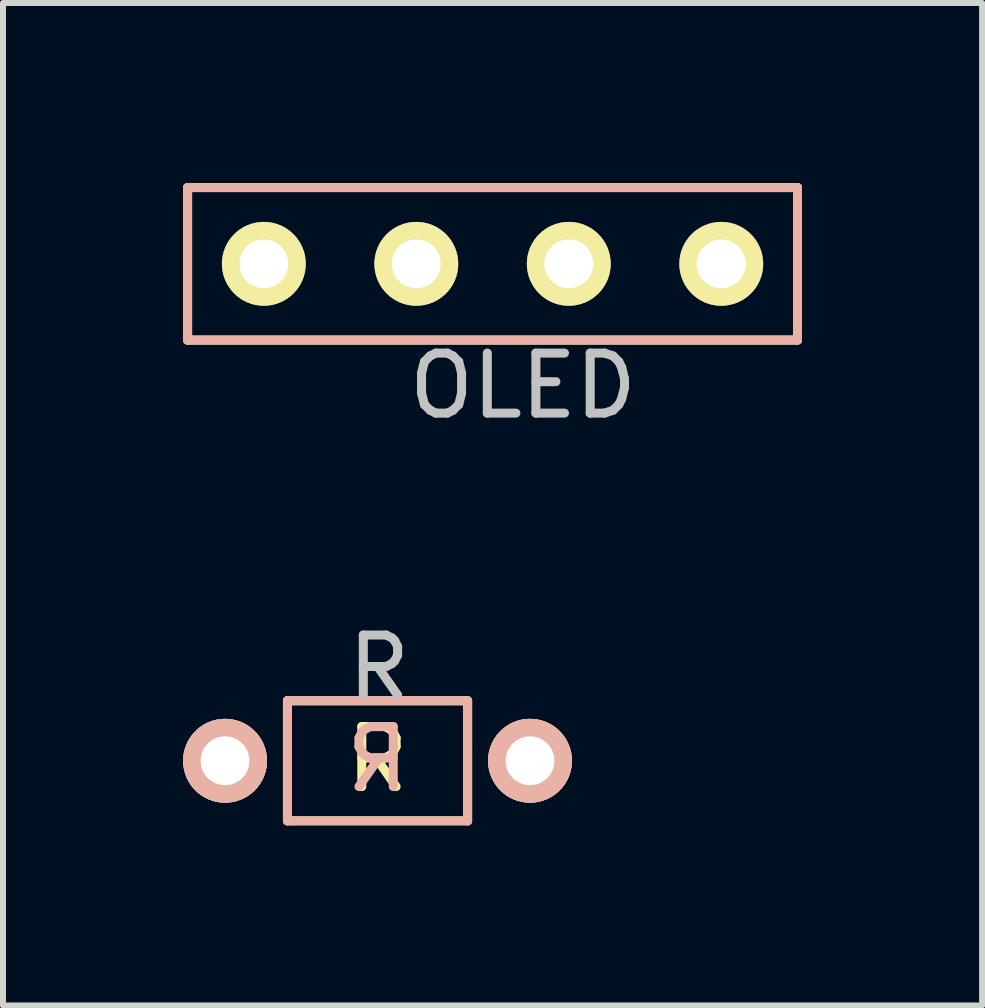
<source format=kicad_pcb>
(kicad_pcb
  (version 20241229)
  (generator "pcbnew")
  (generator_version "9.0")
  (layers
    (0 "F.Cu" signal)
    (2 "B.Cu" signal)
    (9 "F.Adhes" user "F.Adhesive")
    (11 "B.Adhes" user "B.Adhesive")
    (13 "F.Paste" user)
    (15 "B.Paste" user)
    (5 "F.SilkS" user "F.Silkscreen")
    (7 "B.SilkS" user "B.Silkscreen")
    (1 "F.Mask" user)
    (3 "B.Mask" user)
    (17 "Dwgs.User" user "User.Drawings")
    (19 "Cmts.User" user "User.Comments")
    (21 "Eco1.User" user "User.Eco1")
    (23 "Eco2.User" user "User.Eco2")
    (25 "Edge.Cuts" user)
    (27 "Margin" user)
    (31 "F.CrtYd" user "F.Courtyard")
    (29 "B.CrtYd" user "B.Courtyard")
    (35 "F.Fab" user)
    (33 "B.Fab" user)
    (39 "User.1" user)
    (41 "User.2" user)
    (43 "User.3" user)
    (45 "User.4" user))
  (footprint "R"
    (layer "F.Cu")
    (at 3.239 9.598)
    (property "Reference" "R" (at 0.025 -1.524 0) (layer "Dwgs.User") (effects (font (size 1 1) (thickness 0.15))))
    (attr through_hole)
    (fp_line (start -1.501 -0.975) (end -1.501 1.026) (stroke (width 0.15) (type solid)) (layer "F.SilkS"))
    (fp_line (start -1.501 1.026) (end 1.501 1.026) (stroke (width 0.15) (type solid)) (layer "F.SilkS"))
    (fp_line (start 1.501 -0.975) (end -1.501 -0.975) (stroke (width 0.15) (type solid)) (layer "F.SilkS"))
    (fp_line (start 1.501 1.026) (end 1.501 -0.975) (stroke (width 0.15) (type solid)) (layer "F.SilkS"))
    (fp_line (start -1.5 -0.975) (end 1.5 -0.975) (stroke (width 0.15) (type solid)) (layer "B.SilkS"))
    (fp_line (start -1.5 1.025) (end -1.5 -0.975) (stroke (width 0.15) (type solid)) (layer "B.SilkS"))
    (fp_line (start 1.5 -0.975) (end 1.5 1.025) (stroke (width 0.15) (type solid)) (layer "B.SilkS"))
    (fp_line (start 1.5 1.025) (end -1.5 1.025) (stroke (width 0.15) (type solid)) (layer "B.SilkS"))
    (fp_text user "R" (at 0 0 0) (layer "F.SilkS") (effects (font (size 1 1) (thickness 0.15))))
    (fp_text user "R" (at 0 0 0) (unlocked yes) (layer "B.SilkS") (effects (font (size 1 1) (thickness 0.15)) (justify mirror)))
    (pad "1" thru_hole circle (at -2.54 0.025) (size 1.397 1.397) (drill 0.813) (layers "*.Cu" "*.SilkS" "*.Mask"))
    (pad "2" thru_hole circle (at 2.54 0.025) (size 1.397 1.397) (drill 0.813) (layers "*.Cu" "*.SilkS" "*.Mask")))
  (footprint "OLED"
    (layer "F.Cu")
    (at 1.345 1.345)
    (property "Reference" "OLED" (at 4.318 2.032 0) (layer "Dwgs.User") (effects (font (size 1 1) (thickness 0.15))))
    (attr through_hole)
    (fp_line (start -1.27 -1.27) (end 8.89 -1.27) (stroke (width 0.15) (type solid)) (layer "F.SilkS"))
    (fp_line (start -1.27 1.27) (end -1.27 -1.27) (stroke (width 0.15) (type solid)) (layer "F.SilkS"))
    (fp_line (start -1.27 1.27) (end 8.89 1.27) (stroke (width 0.15) (type solid)) (layer "F.SilkS"))
    (fp_line (start 8.89 -1.27) (end 8.89 1.27) (stroke (width 0.15) (type solid)) (layer "F.SilkS"))
    (fp_line (start -1.27 -1.27) (end 8.89 -1.27) (stroke (width 0.15) (type solid)) (layer "B.SilkS"))
    (fp_line (start -1.27 1.27) (end -1.27 -1.27) (stroke (width 0.15) (type solid)) (layer "B.SilkS"))
    (fp_line (start 8.89 -1.27) (end 8.89 1.27) (stroke (width 0.15) (type solid)) (layer "B.SilkS"))
    (fp_line (start 8.89 1.27) (end -1.27 1.27) (stroke (width 0.15) (type solid)) (layer "B.SilkS"))
    (pad "1" thru_hole circle (at 0 0) (size 1.397 1.397) (drill 0.813) (layers "*.Cu" "*.Mask" "F.SilkS"))
    (pad "2" thru_hole circle (at 2.54 0) (size 1.397 1.397) (drill 0.813) (layers "*.Cu" "*.Mask" "F.SilkS"))
    (pad "3" thru_hole circle (at 5.08 0) (size 1.397 1.397) (drill 0.813) (layers "*.Cu" "*.Mask" "F.SilkS"))
    (pad "4" thru_hole circle (at 7.62 0) (size 1.397 1.397) (drill 0.813) (layers "*.Cu" "*.Mask" "F.SilkS")))
  (gr_rect
    (start -3 -3)
    (end 13.31 13.699)
    (stroke (width 0.1) (type default))
    (fill no)
    (layer "Edge.Cuts")))
</source>
